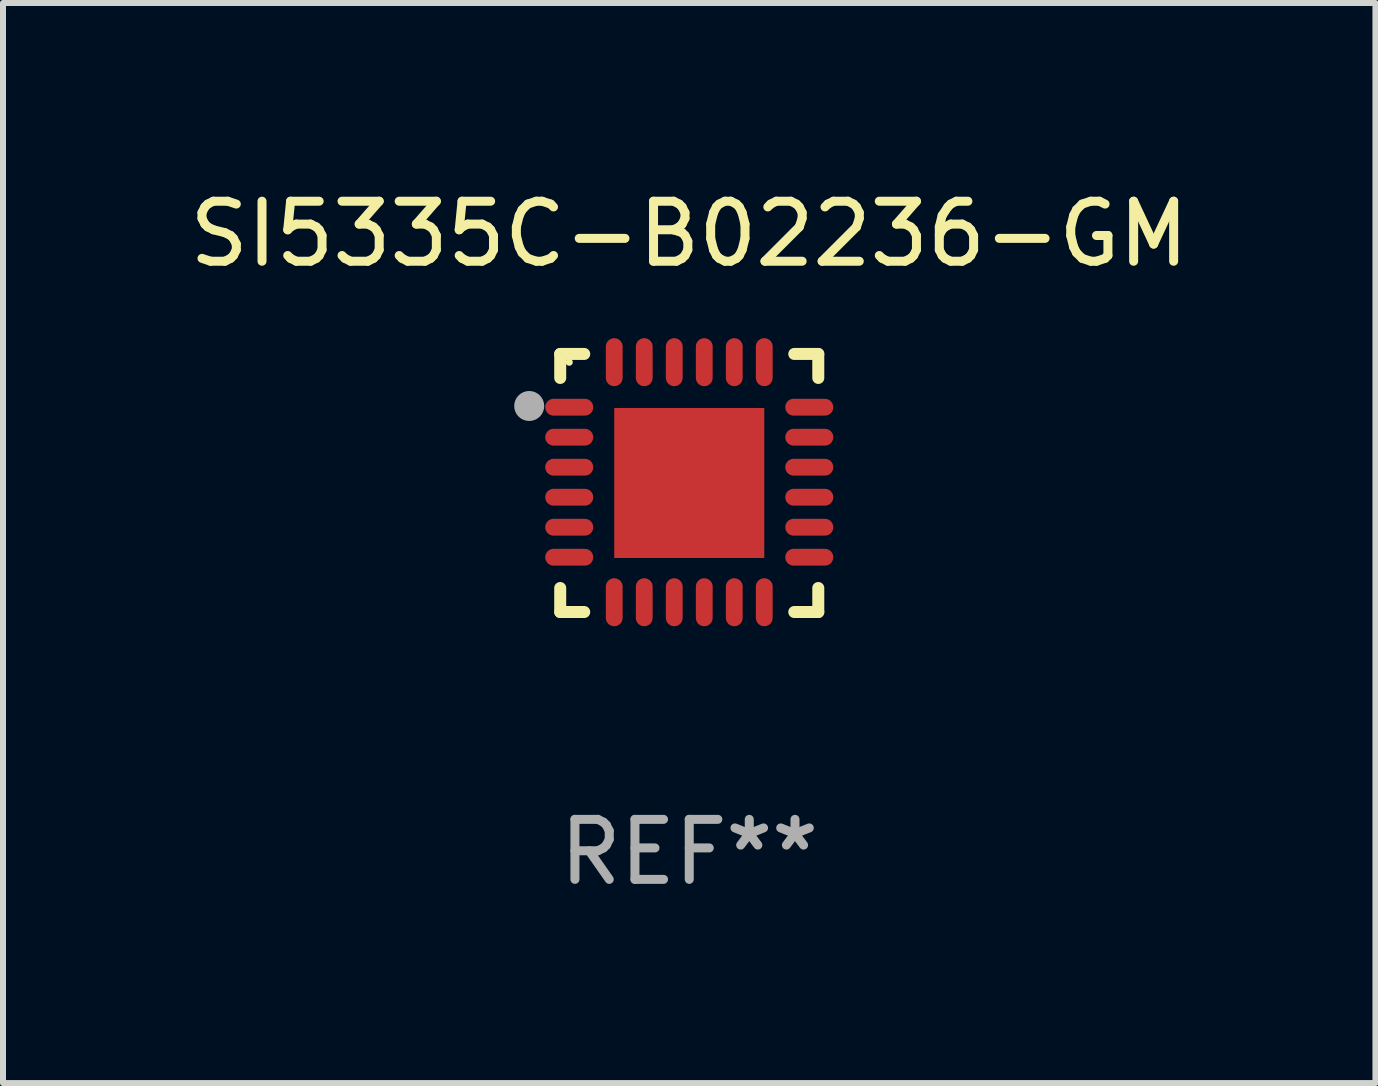
<source format=kicad_pcb>
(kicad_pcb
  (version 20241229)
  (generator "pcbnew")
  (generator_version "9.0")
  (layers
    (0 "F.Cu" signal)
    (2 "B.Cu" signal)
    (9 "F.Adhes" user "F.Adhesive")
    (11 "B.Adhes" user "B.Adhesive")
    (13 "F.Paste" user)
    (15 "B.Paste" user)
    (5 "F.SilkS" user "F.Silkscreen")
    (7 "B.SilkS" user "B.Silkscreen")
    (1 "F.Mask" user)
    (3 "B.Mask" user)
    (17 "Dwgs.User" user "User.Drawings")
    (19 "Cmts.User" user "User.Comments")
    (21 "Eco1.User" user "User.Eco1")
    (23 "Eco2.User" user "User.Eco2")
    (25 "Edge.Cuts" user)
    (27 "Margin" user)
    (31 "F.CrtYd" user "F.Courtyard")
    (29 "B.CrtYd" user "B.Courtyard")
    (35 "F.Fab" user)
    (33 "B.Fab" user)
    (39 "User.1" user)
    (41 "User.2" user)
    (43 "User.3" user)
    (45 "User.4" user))
  (footprint "SI5335C-B02236-GM"
    (layer "F.Cu")
    (at 8.435 4.998)
    (property "Reference" "SI5335C-B02236-GM" (at 0 -4.15 0) (layer "F.SilkS") (effects (font (size 1 1) (thickness 0.15))))
    (attr through_hole)
    (fp_line (start -2.15 -2.15) (end -1.75 -2.15) (stroke (width 0.2) (type solid)) (layer "F.SilkS"))
    (fp_line (start -2.15 -1.75) (end -2.15 -2.15) (stroke (width 0.2) (type solid)) (layer "F.SilkS"))
    (fp_line (start -2.15 2.15) (end -2.15 1.75) (stroke (width 0.2) (type solid)) (layer "F.SilkS"))
    (fp_line (start -1.75 2.15) (end -2.15 2.15) (stroke (width 0.2) (type solid)) (layer "F.SilkS"))
    (fp_line (start 1.75 -2.15) (end 2.15 -2.15) (stroke (width 0.2) (type solid)) (layer "F.SilkS"))
    (fp_line (start 1.75 2.15) (end 2.15 2.15) (stroke (width 0.2) (type solid)) (layer "F.SilkS"))
    (fp_line (start 2.15 -2.15) (end 2.15 -1.75) (stroke (width 0.2) (type solid)) (layer "F.SilkS"))
    (fp_line (start 2.15 2.15) (end 2.15 1.75) (stroke (width 0.2) (type solid)) (layer "F.SilkS"))
    (fp_circle (center -2 -2.013) (end -1.97 -2.013) (stroke (width 0.06) (type solid)) (fill no) (layer "F.SilkS"))
    (fp_circle (center -2.667 -1.283) (end -2.542 -1.283) (stroke (width 0.25) (type solid)) (fill no) (layer "F.Fab"))
    (fp_text user "REF**" (at 0 6.15 0) (layer "F.Fab") (effects (font (size 1 1) (thickness 0.15))))
    (pad "1" smd oval (at -2 -1.263) (size 0.8 0.28) (layers "F.Cu" "F.Mask" "F.Paste"))
    (pad "2" smd oval (at -2 -0.763) (size 0.8 0.28) (layers "F.Cu" "F.Mask" "F.Paste"))
    (pad "3" smd oval (at -2 -0.263) (size 0.8 0.28) (layers "F.Cu" "F.Mask" "F.Paste"))
    (pad "4" smd oval (at -2 0.237) (size 0.8 0.28) (layers "F.Cu" "F.Mask" "F.Paste"))
    (pad "5" smd oval (at -2 0.737) (size 0.8 0.28) (layers "F.Cu" "F.Mask" "F.Paste"))
    (pad "6" smd oval (at -2 1.237) (size 0.8 0.28) (layers "F.Cu" "F.Mask" "F.Paste"))
    (pad "7" smd oval (at -1.25 1.987) (size 0.28 0.8) (layers "F.Cu" "F.Mask" "F.Paste"))
    (pad "8" smd oval (at -0.75 1.987) (size 0.28 0.8) (layers "F.Cu" "F.Mask" "F.Paste"))
    (pad "9" smd oval (at -0.25 1.987) (size 0.28 0.8) (layers "F.Cu" "F.Mask" "F.Paste"))
    (pad "10" smd oval (at 0.25 1.987) (size 0.28 0.8) (layers "F.Cu" "F.Mask" "F.Paste"))
    (pad "11" smd oval (at 0.75 1.987) (size 0.28 0.8) (layers "F.Cu" "F.Mask" "F.Paste"))
    (pad "12" smd oval (at 1.25 1.987) (size 0.28 0.8) (layers "F.Cu" "F.Mask" "F.Paste"))
    (pad "13" smd oval (at 2 1.237) (size 0.8 0.28) (layers "F.Cu" "F.Mask" "F.Paste"))
    (pad "14" smd oval (at 2 0.737) (size 0.8 0.28) (layers "F.Cu" "F.Mask" "F.Paste"))
    (pad "15" smd oval (at 2 0.237) (size 0.8 0.28) (layers "F.Cu" "F.Mask" "F.Paste"))
    (pad "16" smd oval (at 2 -0.263) (size 0.8 0.28) (layers "F.Cu" "F.Mask" "F.Paste"))
    (pad "17" smd oval (at 2 -0.763) (size 0.8 0.28) (layers "F.Cu" "F.Mask" "F.Paste"))
    (pad "18" smd oval (at 2 -1.263) (size 0.8 0.28) (layers "F.Cu" "F.Mask" "F.Paste"))
    (pad "19" smd oval (at 1.25 -2.013) (size 0.28 0.8) (layers "F.Cu" "F.Mask" "F.Paste"))
    (pad "20" smd oval (at 0.75 -2.013) (size 0.28 0.8) (layers "F.Cu" "F.Mask" "F.Paste"))
    (pad "21" smd oval (at 0.25 -2.013) (size 0.28 0.8) (layers "F.Cu" "F.Mask" "F.Paste"))
    (pad "22" smd oval (at -0.25 -2.013) (size 0.28 0.8) (layers "F.Cu" "F.Mask" "F.Paste"))
    (pad "23" smd oval (at -0.75 -2.013) (size 0.28 0.8) (layers "F.Cu" "F.Mask" "F.Paste"))
    (pad "24" smd oval (at -1.25 -2.013) (size 0.28 0.8) (layers "F.Cu" "F.Mask" "F.Paste"))
    (pad "25" smd rect (at -0.000127 -0.00014) (size 2.5 2.5) (layers "F.Cu" "F.Mask" "F.Paste")))
  (gr_rect
    (start -3 -3)
    (end 19.869 14.997)
    (stroke (width 0.1) (type default))
    (fill no)
    (layer "Edge.Cuts")))
</source>
